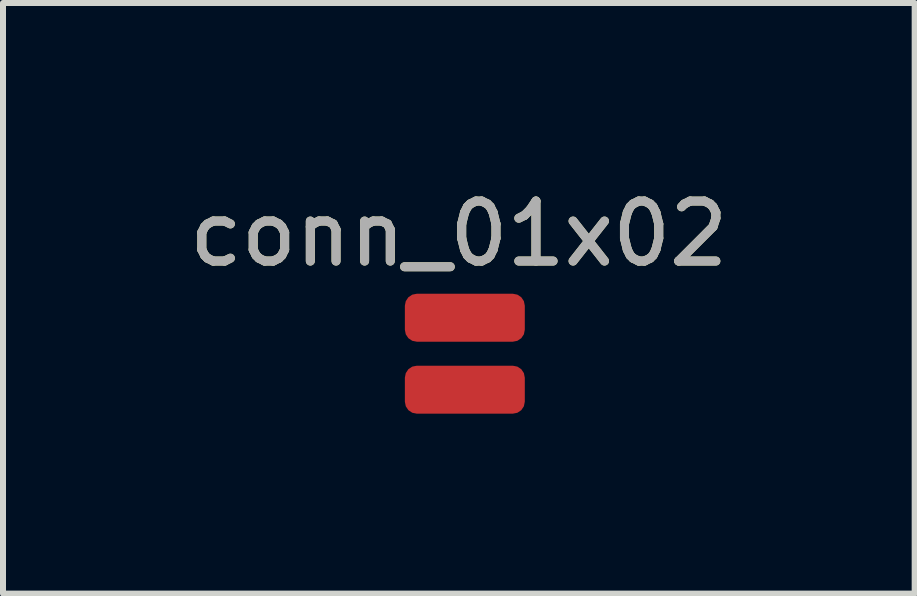
<source format=kicad_pcb>
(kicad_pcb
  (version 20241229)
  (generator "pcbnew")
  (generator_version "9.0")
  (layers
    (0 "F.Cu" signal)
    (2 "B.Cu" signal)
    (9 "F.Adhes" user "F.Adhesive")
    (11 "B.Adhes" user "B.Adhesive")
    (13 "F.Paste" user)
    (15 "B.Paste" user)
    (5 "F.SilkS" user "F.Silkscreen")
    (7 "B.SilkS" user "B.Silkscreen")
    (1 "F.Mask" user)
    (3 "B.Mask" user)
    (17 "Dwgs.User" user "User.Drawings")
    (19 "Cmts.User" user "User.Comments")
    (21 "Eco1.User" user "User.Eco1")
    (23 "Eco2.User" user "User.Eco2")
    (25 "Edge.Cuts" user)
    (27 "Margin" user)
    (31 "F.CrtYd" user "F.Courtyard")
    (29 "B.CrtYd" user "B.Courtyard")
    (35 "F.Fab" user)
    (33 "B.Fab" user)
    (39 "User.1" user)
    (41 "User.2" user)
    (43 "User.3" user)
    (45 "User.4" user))
  (footprint "conn_01x02"
    (layer "F.Cu")
    (at 4.601 1.348)
    (property "Reference" "conn_01x02" (at 0 -0.5 0) (unlocked yes) (layer "F.SilkS") (effects (font (size 1 1) (thickness 0.15))))
    (attr smd)
    (fp_text user "${REFERENCE}" (at 0 -0.5 0) (unlocked yes) (layer "F.Fab") (effects (font (size 1 1) (thickness 0.15))))
    (pad "1" smd roundrect (at 0.1 2.1) (size 2 0.8) (layers "F.Cu" "F.Mask" "F.Paste") (roundrect_rratio 0.25))
    (pad "2" smd roundrect (at 0.1 0.9) (size 2 0.8) (layers "F.Cu" "F.Mask" "F.Paste") (roundrect_rratio 0.25)))
  (gr_rect
    (start -3 -3)
    (end 12.202 6.848)
    (stroke (width 0.1) (type default))
    (fill no)
    (layer "Edge.Cuts")))
</source>
